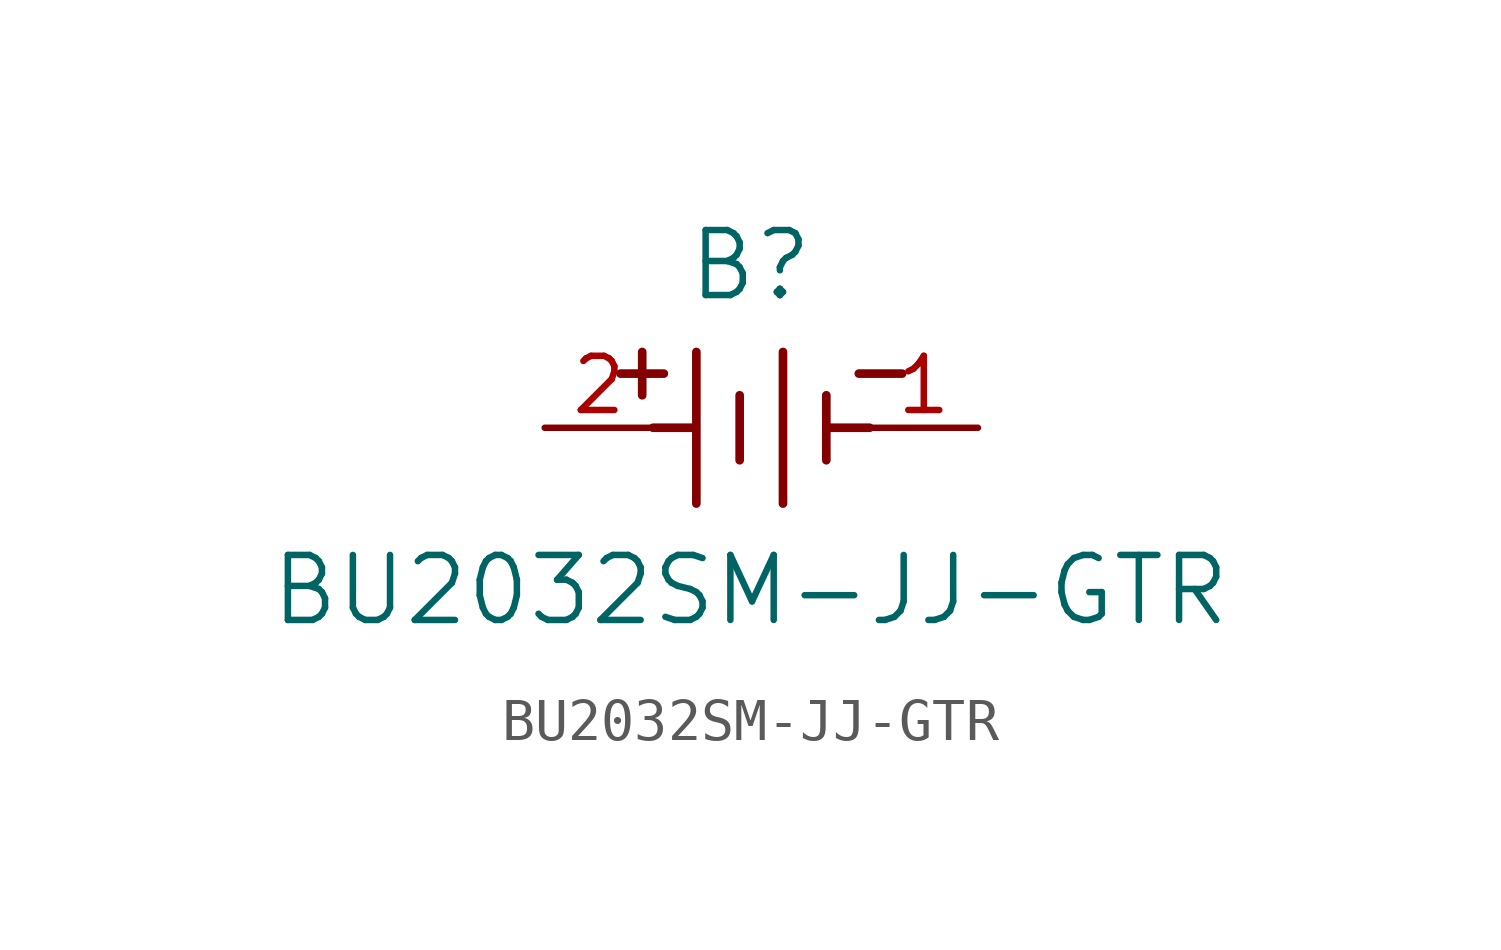
<source format=kicad_sym>
(kicad_symbol_lib
  (version 20211014)
  (generator kicad_symbol_editor)
  (symbol "BU2032SM-JJ-GTR"
    (pin_names
      (offset 0.254))
    (property "Reference" "B"
      (at 4.826 3.81 0)
      (effects (font (size 1.524 1.524))))
    (property "Value" "BU2032SM-JJ-GTR"
      (at 4.826 -3.81 0)
      (effects (font (size 1.524 1.524))))
    (symbol "BU2032SM-JJ-GTR_0_1"
      (polyline (pts (xy 2.286 0.762) (xy 2.286 1.778)) (stroke (width 0.203) (type default) (color 0 0 0 0)) (fill (type none)))
      (polyline (pts (xy 6.604 0) (xy 7.62 0)) (stroke (width 0.203) (type default) (color 0 0 0 0)) (fill (type none)))
      (polyline (pts (xy 3.556 -1.778) (xy 3.556 1.778)) (stroke (width 0.203) (type default) (color 0 0 0 0)) (fill (type none)))
      (polyline (pts (xy 1.778 1.27) (xy 2.794 1.27)) (stroke (width 0.203) (type default) (color 0 0 0 0)) (fill (type none)))
      (polyline (pts (xy 2.54 0) (xy 3.48 0)) (stroke (width 0.203) (type default) (color 0 0 0 0)) (fill (type none)))
      (polyline (pts (xy 5.588 -1.778) (xy 5.588 1.778)) (stroke (width 0.203) (type default) (color 0 0 0 0)) (fill (type none)))
      (polyline (pts (xy 6.604 0.762) (xy 6.604 -0.762)) (stroke (width 0.203) (type default) (color 0 0 0 0)) (fill (type none)))
      (polyline (pts (xy 4.572 0.762) (xy 4.572 -0.762)) (stroke (width 0.203) (type default) (color 0 0 0 0)) (fill (type none)))
      (polyline (pts (xy 7.366 1.27) (xy 8.382 1.27)) (stroke (width 0.203) (type default) (color 0 0 0 0)) (fill (type none)))
      (pin unspecified line (at 10.16 0 180) (length 2.54) (name "" (effects (font (size 1.27 1.27)))) (number "1" (effects (font (size 1.27 1.27)))))
      (pin unspecified line (at 0 0 0) (length 2.54) (name "" (effects (font (size 1.27 1.27)))) (number "2" (effects (font (size 1.27 1.27))))))))
</source>
